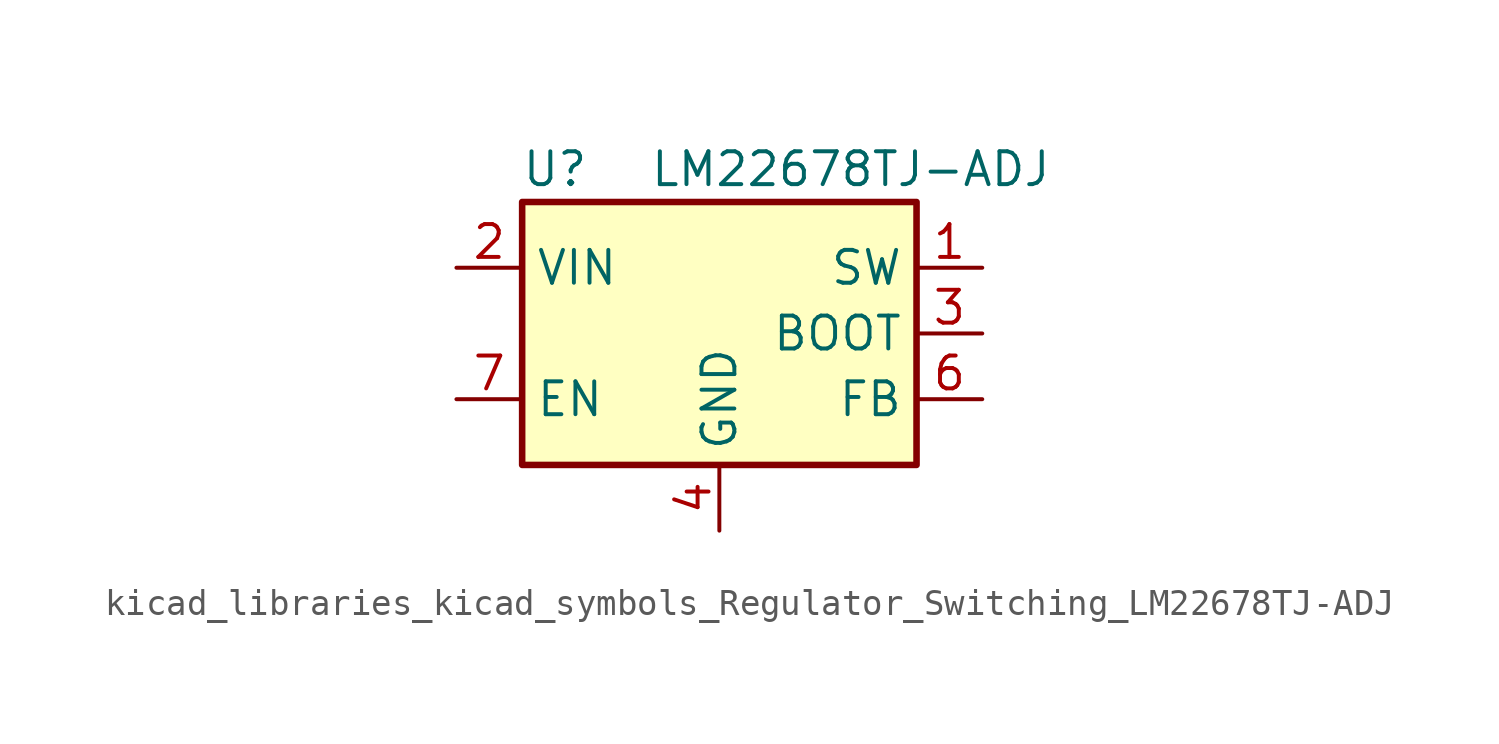
<source format=kicad_sym>
(kicad_symbol_lib
  (version 20220914)
  (generator kicad_symbol_editor)
  (symbol "kicad_libraries_kicad_symbols_Regulator_Switching_LM22678TJ-ADJ"
    (property "Reference" "U"
      (at -6.35 6.35 0)
      (effects (font (size 1.27 1.27))))
    (property "Value" "LM22678TJ-ADJ"
      (at 5.08 6.35 0)
      (effects (font (size 1.27 1.27))))
    (symbol "kicad_libraries_kicad_symbols_Regulator_Switching_LM22678TJ-ADJ_0_1"
      (rectangle (start -7.62 5.08) (end 7.62 -5.08) (stroke (width 0.254) (type default)) (fill (type background))))
    (symbol "kicad_libraries_kicad_symbols_Regulator_Switching_LM22678TJ-ADJ_1_1"
      (pin power_out line (at 10.16 2.54 180) (length 2.54) (name "SW" (effects (font (size 1.27 1.27)))) (number "1" (effects (font (size 1.27 1.27)))))
      (pin power_in line (at -10.16 2.54 0) (length 2.54) (name "VIN" (effects (font (size 1.27 1.27)))) (number "2" (effects (font (size 1.27 1.27)))))
      (pin passive line (at 10.16 0 180) (length 2.54) (name "BOOT" (effects (font (size 1.27 1.27)))) (number "3" (effects (font (size 1.27 1.27)))))
      (pin power_in line (at 0 -7.62 90) (length 2.54) (name "GND" (effects (font (size 1.27 1.27)))) (number "4" (effects (font (size 1.27 1.27)))))
      (pin no_connect line (at -7.62 0 0) (length 2.54) hide (name "NC" (effects (font (size 1.27 1.27)))) (number "5" (effects (font (size 1.27 1.27)))))
      (pin input line (at 10.16 -2.54 180) (length 2.54) (name "FB" (effects (font (size 1.27 1.27)))) (number "6" (effects (font (size 1.27 1.27)))))
      (pin input line (at -10.16 -2.54 0) (length 2.54) (name "EN" (effects (font (size 1.27 1.27)))) (number "7" (effects (font (size 1.27 1.27)))))
      (pin passive line (at 0 -7.62 90) (length 2.54) hide (name "GND" (effects (font (size 1.27 1.27)))) (number "8" (effects (font (size 1.27 1.27))))))))
</source>
